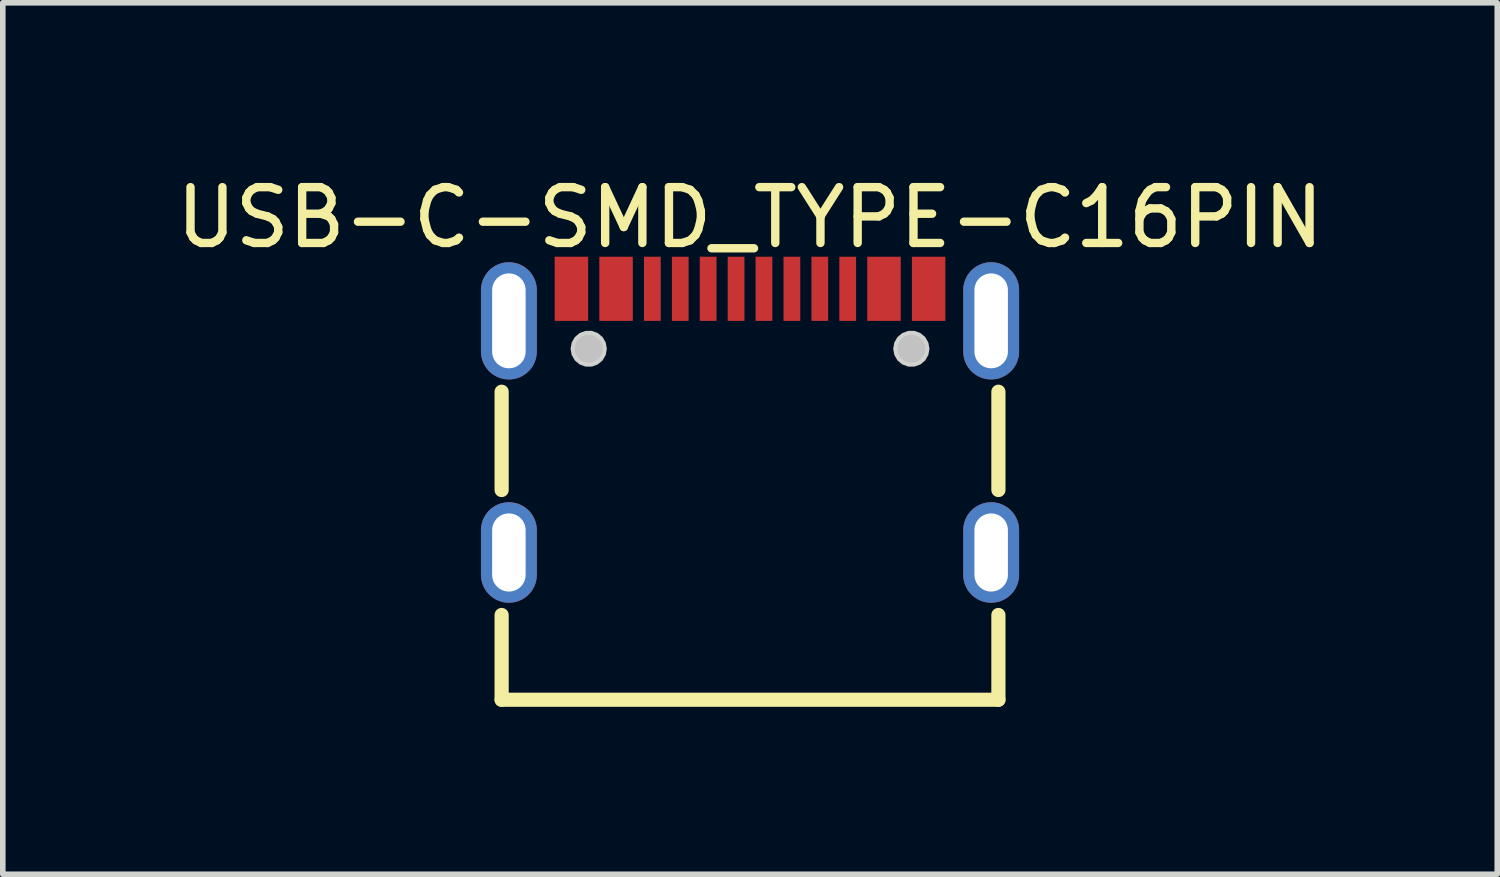
<source format=kicad_pcb>
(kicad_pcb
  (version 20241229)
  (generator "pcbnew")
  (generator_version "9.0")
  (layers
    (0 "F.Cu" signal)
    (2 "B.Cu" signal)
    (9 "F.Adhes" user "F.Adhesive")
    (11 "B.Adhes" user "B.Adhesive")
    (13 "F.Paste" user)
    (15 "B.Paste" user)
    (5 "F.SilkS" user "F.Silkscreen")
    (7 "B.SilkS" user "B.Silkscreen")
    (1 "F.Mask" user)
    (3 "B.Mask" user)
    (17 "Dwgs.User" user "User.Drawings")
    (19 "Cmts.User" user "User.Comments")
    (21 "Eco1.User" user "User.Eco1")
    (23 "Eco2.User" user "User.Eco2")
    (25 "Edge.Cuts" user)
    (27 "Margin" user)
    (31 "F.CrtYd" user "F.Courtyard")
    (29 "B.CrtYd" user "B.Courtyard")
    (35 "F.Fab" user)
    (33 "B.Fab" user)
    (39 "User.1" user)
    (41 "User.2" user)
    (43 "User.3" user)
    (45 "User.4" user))
  (footprint "USB-C-SMD_TYPE-C16PIN"
    (layer "F.Cu")
    (at 10.387 4.486)
    (property "Reference" "USB-C-SMD_TYPE-C16PIN" (at 0 -3.638 0) (layer "F.SilkS") (effects (font (size 1 1) (thickness 0.15))))
    (fp_line (start -4.45 -0.518) (end -4.45 1.243) (stroke (width 0.254) (type default)) (layer "F.SilkS"))
    (fp_line (start -4.45 3.482) (end -4.45 5) (stroke (width 0.254) (type default)) (layer "F.SilkS"))
    (fp_line (start -4.45 5) (end 4.45 5) (stroke (width 0.254) (type default)) (layer "F.SilkS"))
    (fp_line (start 4.45 1.243) (end 4.45 -0.518) (stroke (width 0.254) (type default)) (layer "F.SilkS"))
    (fp_line (start 4.45 5) (end 4.45 3.482) (stroke (width 0.254) (type default)) (layer "F.SilkS"))
    (fp_poly (pts (xy -3.5 -2.938) (xy -2.9 -2.938) (xy -2.9 -1.788) (xy -3.5 -1.788)) (stroke (width 0) (type default)) (fill yes) (layer "F.Paste"))
    (fp_poly (pts (xy -2.7 -2.938) (xy -2.1 -2.938) (xy -2.1 -1.788) (xy -2.7 -1.788)) (stroke (width 0) (type default)) (fill yes) (layer "F.Paste"))
    (fp_poly (pts (xy -1.9 -2.938) (xy -1.6 -2.938) (xy -1.6 -1.788) (xy -1.9 -1.788)) (stroke (width 0) (type default)) (fill yes) (layer "F.Paste"))
    (fp_poly (pts (xy -1.4 -2.938) (xy -1.1 -2.938) (xy -1.1 -1.788) (xy -1.4 -1.788)) (stroke (width 0) (type default)) (fill yes) (layer "F.Paste"))
    (fp_poly (pts (xy -0.9 -2.938) (xy -0.6 -2.938) (xy -0.6 -1.788) (xy -0.9 -1.788)) (stroke (width 0) (type default)) (fill yes) (layer "F.Paste"))
    (fp_poly (pts (xy -0.4 -2.938) (xy -0.1 -2.938) (xy -0.1 -1.788) (xy -0.4 -1.788)) (stroke (width 0) (type default)) (fill yes) (layer "F.Paste"))
    (fp_poly (pts (xy 0.1 -2.938) (xy 0.4 -2.938) (xy 0.4 -1.788) (xy 0.1 -1.788)) (stroke (width 0) (type default)) (fill yes) (layer "F.Paste"))
    (fp_poly (pts (xy 0.6 -2.938) (xy 0.9 -2.938) (xy 0.9 -1.788) (xy 0.6 -1.788)) (stroke (width 0) (type default)) (fill yes) (layer "F.Paste"))
    (fp_poly (pts (xy 1.1 -2.938) (xy 1.4 -2.938) (xy 1.4 -1.788) (xy 1.1 -1.788)) (stroke (width 0) (type default)) (fill yes) (layer "F.Paste"))
    (fp_poly (pts (xy 1.6 -2.938) (xy 1.9 -2.938) (xy 1.9 -1.788) (xy 1.6 -1.788)) (stroke (width 0) (type default)) (fill yes) (layer "F.Paste"))
    (fp_poly (pts (xy 2.1 -2.938) (xy 2.7 -2.938) (xy 2.7 -1.788) (xy 2.1 -1.788)) (stroke (width 0) (type default)) (fill yes) (layer "F.Paste"))
    (fp_poly (pts (xy 2.9 -2.938) (xy 3.5 -2.938) (xy 3.5 -1.788) (xy 2.9 -1.788)) (stroke (width 0) (type default)) (fill yes) (layer "F.Paste"))
    (fp_poly (pts (arc (start -4.82 -2.3375) (mid -4.32 -2.8375) (end -3.82 -2.3375)) (arc (start -3.82 -1.2375) (mid -4.32 -0.7375) (end -4.82 -1.2375))) (stroke (width 0) (type default)) (fill yes) (layer "F.Paste"))
    (fp_poly (pts (arc (start -4.82 1.9625) (mid -4.32 1.4625) (end -3.82 1.9625)) (arc (start -3.82 2.7625) (mid -4.32 3.2625) (end -4.82 2.7625))) (stroke (width 0) (type default)) (fill yes) (layer "F.Paste"))
    (fp_poly (pts (arc (start 3.82 -2.3375) (mid 4.32 -2.8375) (end 4.82 -2.3375)) (arc (start 4.82 -1.2375) (mid 4.32 -0.7375) (end 3.82 -1.2375))) (stroke (width 0) (type default)) (fill yes) (layer "F.Paste"))
    (fp_poly (pts (arc (start 3.82 1.9625) (mid 4.32 1.4625) (end 4.82 1.9625)) (arc (start 4.82 2.7625) (mid 4.32 3.2625) (end 3.82 2.7625))) (stroke (width 0) (type default)) (fill yes) (layer "F.Paste"))
    (fp_circle (center -2.89 -1.288) (end -2.765 -1.288) (stroke (width 0.25) (type default)) (fill no) (layer "Dwgs.User"))
    (fp_circle (center 2.89 -1.288) (end 3.015 -1.288) (stroke (width 0.25) (type default)) (fill no) (layer "Dwgs.User"))
    (fp_poly (pts (xy -2.565 -1.288) (xy -2.585 -1.399) (xy -2.641 -1.497) (xy -2.728 -1.569) (xy -2.834 -1.608) (xy -2.946 -1.608) (xy -3.053 -1.569) (xy -3.139 -1.497) (xy -3.195 -1.399) (xy -3.215 -1.288) (xy -3.195 -1.177) (xy -3.139 -1.079) (xy -3.053 -1.007) (xy -2.946 -0.968) (xy -2.834 -0.968) (xy -2.728 -1.007) (xy -2.641 -1.079) (xy -2.585 -1.177)) (stroke (width 0) (type default)) (fill yes) (layer "Edge.Cuts"))
    (fp_poly (pts (xy 3.215 -1.288) (xy 3.195 -1.399) (xy 3.139 -1.497) (xy 3.053 -1.569) (xy 2.946 -1.608) (xy 2.834 -1.608) (xy 2.728 -1.569) (xy 2.641 -1.497) (xy 2.585 -1.399) (xy 2.565 -1.288) (xy 2.585 -1.177) (xy 2.641 -1.079) (xy 2.728 -1.007) (xy 2.834 -0.968) (xy 2.946 -0.968) (xy 3.053 -1.007) (xy 3.139 -1.079) (xy 3.195 -1.177)) (stroke (width 0) (type default)) (fill yes) (layer "Edge.Cuts"))
    (fp_poly (pts (xy -4.47 -2.337) (xy -4.17 -2.337) (xy -4.17 -1.238) (xy -4.47 -1.238)) (stroke (width 0.1) (type default)) (fill no) (layer "User.1"))
    (fp_poly (pts (xy -4.47 1.962) (xy -4.17 1.962) (xy -4.17 2.763) (xy -4.47 2.763)) (stroke (width 0.1) (type default)) (fill no) (layer "User.1"))
    (fp_poly (pts (xy -3.4 -2.803) (xy -3 -2.803) (xy -3 -2.103) (xy -3.4 -2.103)) (stroke (width 0.1) (type default)) (fill no) (layer "User.1"))
    (fp_poly (pts (xy -2.6 -2.803) (xy -2.2 -2.803) (xy -2.2 -2.103) (xy -2.6 -2.103)) (stroke (width 0.1) (type default)) (fill no) (layer "User.1"))
    (fp_poly (pts (xy -1.85 -2.803) (xy -1.65 -2.803) (xy -1.65 -2.103) (xy -1.85 -2.103)) (stroke (width 0.1) (type default)) (fill no) (layer "User.1"))
    (fp_poly (pts (xy -1.35 -2.803) (xy -1.15 -2.803) (xy -1.15 -2.103) (xy -1.35 -2.103)) (stroke (width 0.1) (type default)) (fill no) (layer "User.1"))
    (fp_poly (pts (xy -0.85 -2.803) (xy -0.65 -2.803) (xy -0.65 -2.103) (xy -0.85 -2.103)) (stroke (width 0.1) (type default)) (fill no) (layer "User.1"))
    (fp_poly (pts (xy -0.35 -2.803) (xy -0.15 -2.803) (xy -0.15 -2.103) (xy -0.35 -2.103)) (stroke (width 0.1) (type default)) (fill no) (layer "User.1"))
    (fp_poly (pts (xy 0.15 -2.803) (xy 0.35 -2.803) (xy 0.35 -2.103) (xy 0.15 -2.103)) (stroke (width 0.1) (type default)) (fill no) (layer "User.1"))
    (fp_poly (pts (xy 0.65 -2.803) (xy 0.85 -2.803) (xy 0.85 -2.103) (xy 0.65 -2.103)) (stroke (width 0.1) (type default)) (fill no) (layer "User.1"))
    (fp_poly (pts (xy 1.15 -2.803) (xy 1.35 -2.803) (xy 1.35 -2.103) (xy 1.15 -2.103)) (stroke (width 0.1) (type default)) (fill no) (layer "User.1"))
    (fp_poly (pts (xy 1.65 -2.803) (xy 1.85 -2.803) (xy 1.85 -2.103) (xy 1.65 -2.103)) (stroke (width 0.1) (type default)) (fill no) (layer "User.1"))
    (fp_poly (pts (xy 2.2 -2.803) (xy 2.6 -2.803) (xy 2.6 -2.103) (xy 2.2 -2.103)) (stroke (width 0.1) (type default)) (fill no) (layer "User.1"))
    (fp_poly (pts (xy 3 -2.803) (xy 3.4 -2.803) (xy 3.4 -2.103) (xy 3 -2.103)) (stroke (width 0.1) (type default)) (fill no) (layer "User.1"))
    (fp_poly (pts (xy 4.17 -2.337) (xy 4.47 -2.337) (xy 4.47 -1.238) (xy 4.17 -1.238)) (stroke (width 0.1) (type default)) (fill no) (layer "User.1"))
    (fp_poly (pts (xy 4.17 1.962) (xy 4.47 1.962) (xy 4.47 2.763) (xy 4.17 2.763)) (stroke (width 0.1) (type default)) (fill no) (layer "User.1"))
    (fp_line (start -4.47 -2.338) (end 4.47 -2.338) (stroke (width 0.051) (type default)) (layer "User.2"))
    (fp_line (start -4.47 5.012) (end -4.47 -2.338) (stroke (width 0.051) (type default)) (layer "User.2"))
    (fp_line (start 4.47 -2.338) (end 4.47 5.012) (stroke (width 0.051) (type default)) (layer "User.2"))
    (fp_line (start 4.47 5.012) (end -4.47 5.012) (stroke (width 0.051) (type default)) (layer "User.2"))
    (fp_poly (pts (xy -4.41 -2.803) (xy -4.428 -2.845) (xy -4.47 -2.862) (xy -4.512 -2.845) (xy -4.53 -2.803) (xy -4.512 -2.76) (xy -4.47 -2.743) (xy -4.428 -2.76)) (stroke (width 0.1) (type default)) (fill no) (layer "User.3"))
    (pad "1" thru_hole oval (at -4.32 -1.788) (size 1 2.1) (drill oval 0.6 1.7) (layers "*.Cu" "*.Mask"))
    (pad "2" thru_hole oval (at 4.32 -1.788) (size 1 2.1) (drill oval 0.6 1.7) (layers "*.Cu" "*.Mask"))
    (pad "3" thru_hole oval (at -4.32 2.362) (size 1 1.8) (drill oval 0.6 1.4) (layers "*.Cu" "*.Mask"))
    (pad "4" thru_hole oval (at 4.32 2.362) (size 1 1.8) (drill oval 0.6 1.4) (layers "*.Cu" "*.Mask"))
    (pad "A1B12" smd rect (at -3.2 -2.362) (size 0.6 1.15) (layers "F.Cu" "F.Mask" "F.Paste"))
    (pad "A4B9" smd rect (at -2.4 -2.362) (size 0.6 1.15) (layers "F.Cu" "F.Mask" "F.Paste"))
    (pad "A5" smd rect (at -1.25 -2.362) (size 0.3 1.15) (layers "F.Cu" "F.Mask" "F.Paste"))
    (pad "A6" smd rect (at -0.25 -2.362) (size 0.3 1.15) (layers "F.Cu" "F.Mask" "F.Paste"))
    (pad "A7" smd rect (at 0.25 -2.362) (size 0.3 1.15) (layers "F.Cu" "F.Mask" "F.Paste"))
    (pad "A8" smd rect (at -1.75 -2.362) (size 0.3 1.15) (layers "F.Cu" "F.Mask" "F.Paste"))
    (pad "B1A12" smd rect (at 3.2 -2.362) (size 0.6 1.15) (layers "F.Cu" "F.Mask" "F.Paste"))
    (pad "B4A9" smd rect (at 2.4 -2.362) (size 0.6 1.15) (layers "F.Cu" "F.Mask" "F.Paste"))
    (pad "B5" smd rect (at 1.75 -2.362) (size 0.3 1.15) (layers "F.Cu" "F.Mask" "F.Paste"))
    (pad "B6" smd rect (at 0.75 -2.362) (size 0.3 1.15) (layers "F.Cu" "F.Mask" "F.Paste"))
    (pad "B7" smd rect (at -0.75 -2.362) (size 0.3 1.15) (layers "F.Cu" "F.Mask" "F.Paste"))
    (pad "B8" smd rect (at 1.25 -2.362) (size 0.3 1.15) (layers "F.Cu" "F.Mask" "F.Paste")))
  (gr_rect
    (start -3 -3)
    (end 23.774 12.613)
    (stroke (width 0.1) (type default))
    (fill no)
    (layer "Edge.Cuts")))
</source>
